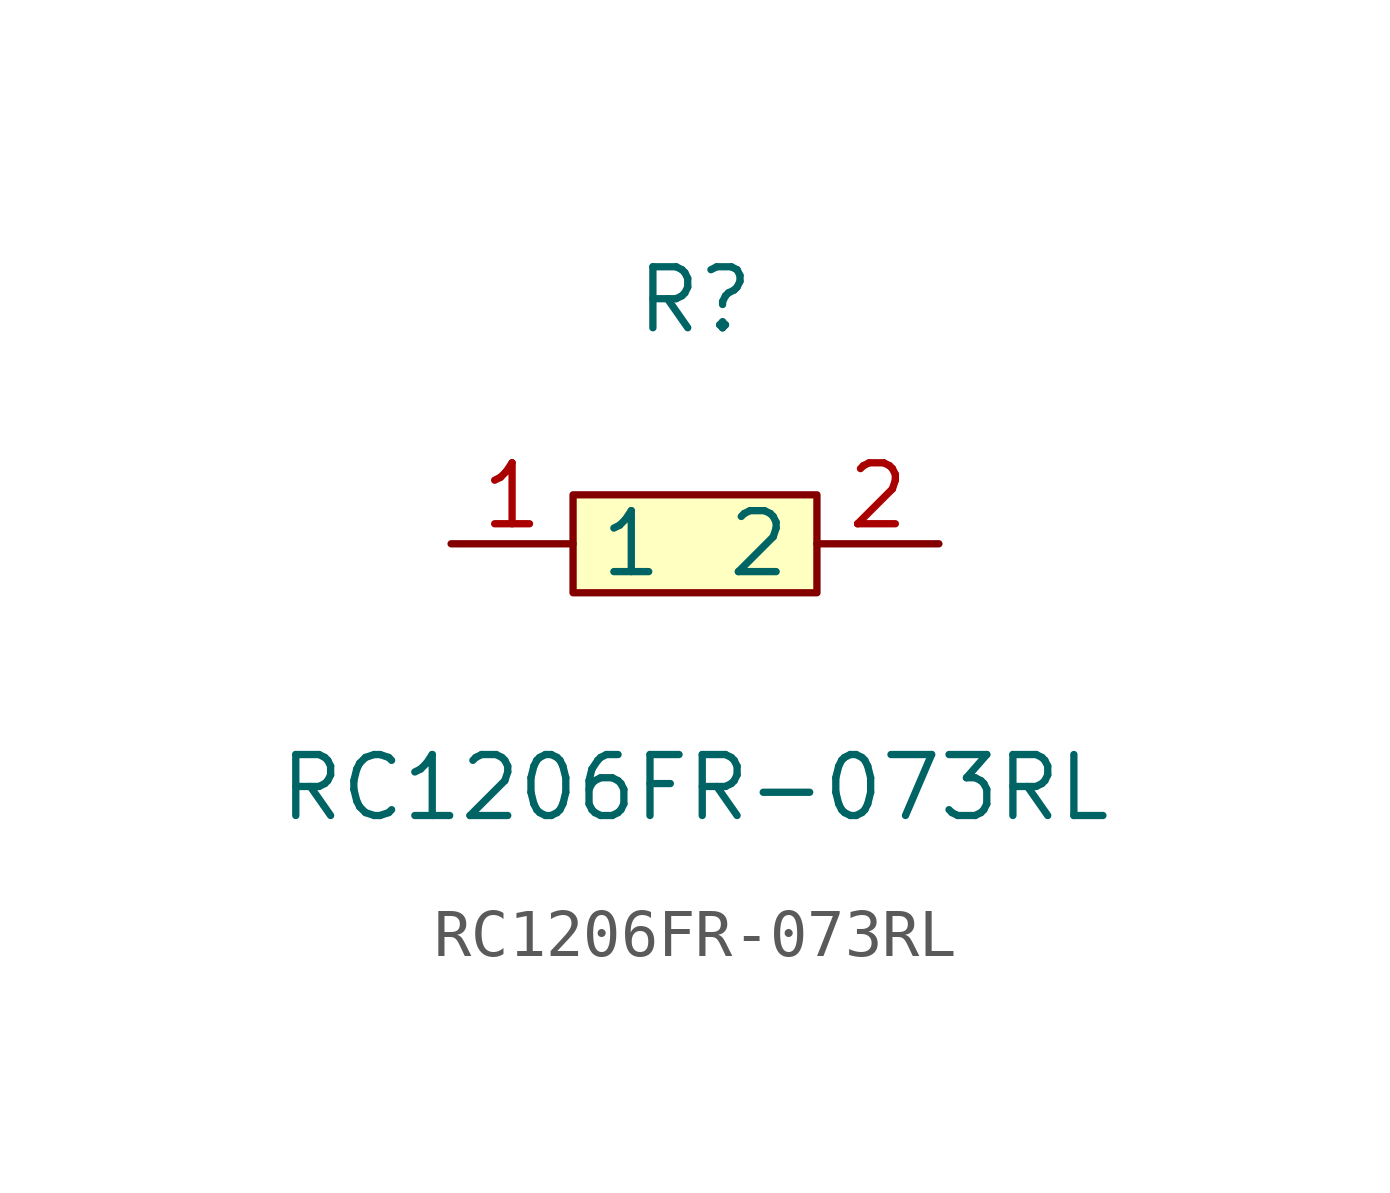
<source format=kicad_sym>
(kicad_symbol_lib
  (version 1)
  (generator "faebryk")
  (symbol "RC1206FR-073RL"
    (property "Reference" "R"
      (at 0 5.08 0)
      (effects (font (size 1.27 1.27)) (hide no)))
    (property "Value" "RC1206FR-073RL"
      (at 0 -5.08 0)
      (effects (font (size 1.27 1.27)) (hide no)))
    (symbol "RC1206FR-073RL_0_1"
      (rectangle (start -2.54 1.02) (end 2.54 -1.02) (stroke (width 0) (type default) (color 0 0 0 0)) (fill (type background)))
      (pin input line (at 5.08 0 180) (length 2.54) (name "2" (effects (font (size 1.27 1.27)) (hide no))) (number "2" (effects (font (size 1.27 1.27)) (hide no))))
      (pin input line (at -5.08 0 0) (length 2.54) (name "1" (effects (font (size 1.27 1.27)) (hide no))) (number "1" (effects (font (size 1.27 1.27)) (hide no)))))))
</source>
